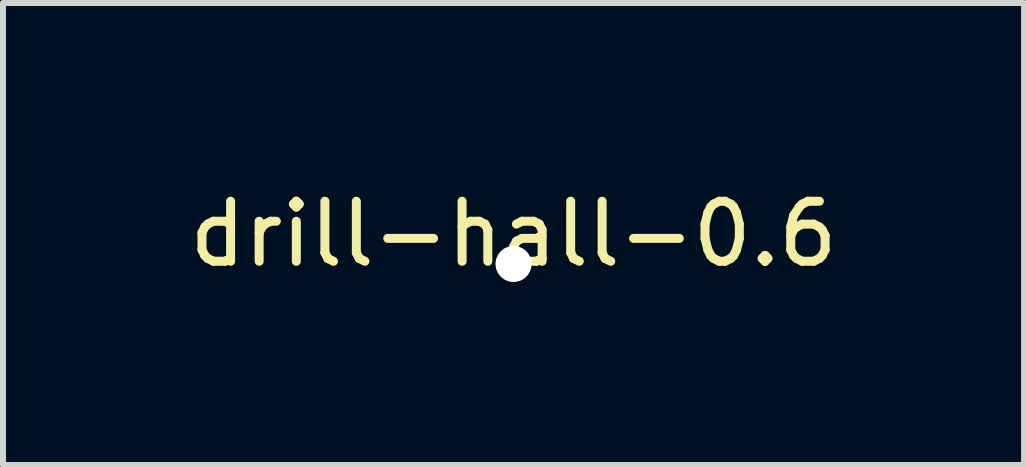
<source format=kicad_pcb>
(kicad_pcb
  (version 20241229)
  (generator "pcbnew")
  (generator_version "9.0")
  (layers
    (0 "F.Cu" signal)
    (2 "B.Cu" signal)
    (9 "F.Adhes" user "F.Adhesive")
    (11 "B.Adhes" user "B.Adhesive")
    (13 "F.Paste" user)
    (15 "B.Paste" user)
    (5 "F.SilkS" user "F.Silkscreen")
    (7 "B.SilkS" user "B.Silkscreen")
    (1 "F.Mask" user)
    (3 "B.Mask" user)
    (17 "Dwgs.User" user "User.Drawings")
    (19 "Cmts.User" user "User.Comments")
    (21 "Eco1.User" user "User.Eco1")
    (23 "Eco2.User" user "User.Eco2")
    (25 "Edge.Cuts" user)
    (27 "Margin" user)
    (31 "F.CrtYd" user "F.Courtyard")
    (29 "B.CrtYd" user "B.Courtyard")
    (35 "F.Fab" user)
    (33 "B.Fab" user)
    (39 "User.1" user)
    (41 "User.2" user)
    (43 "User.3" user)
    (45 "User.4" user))
  (footprint "drill-hall-0.6"
    (layer "F.Cu")
    (at 5.506 1.348)
    (property "Reference" "drill-hall-0.6" (at 0 -0.5 0) (unlocked yes) (layer "F.SilkS") (effects (font (size 1 1) (thickness 0.15))))
    (attr through_hole)
    (pad "" np_thru_hole circle (at 0 0) (size 0.6 0.6) (drill 0.6) (layers "*.Cu" "*.Mask")))
  (gr_rect
    (start -3 -3)
    (end 14.012 4.697)
    (stroke (width 0.1) (type default))
    (fill no)
    (layer "Edge.Cuts")))
</source>
